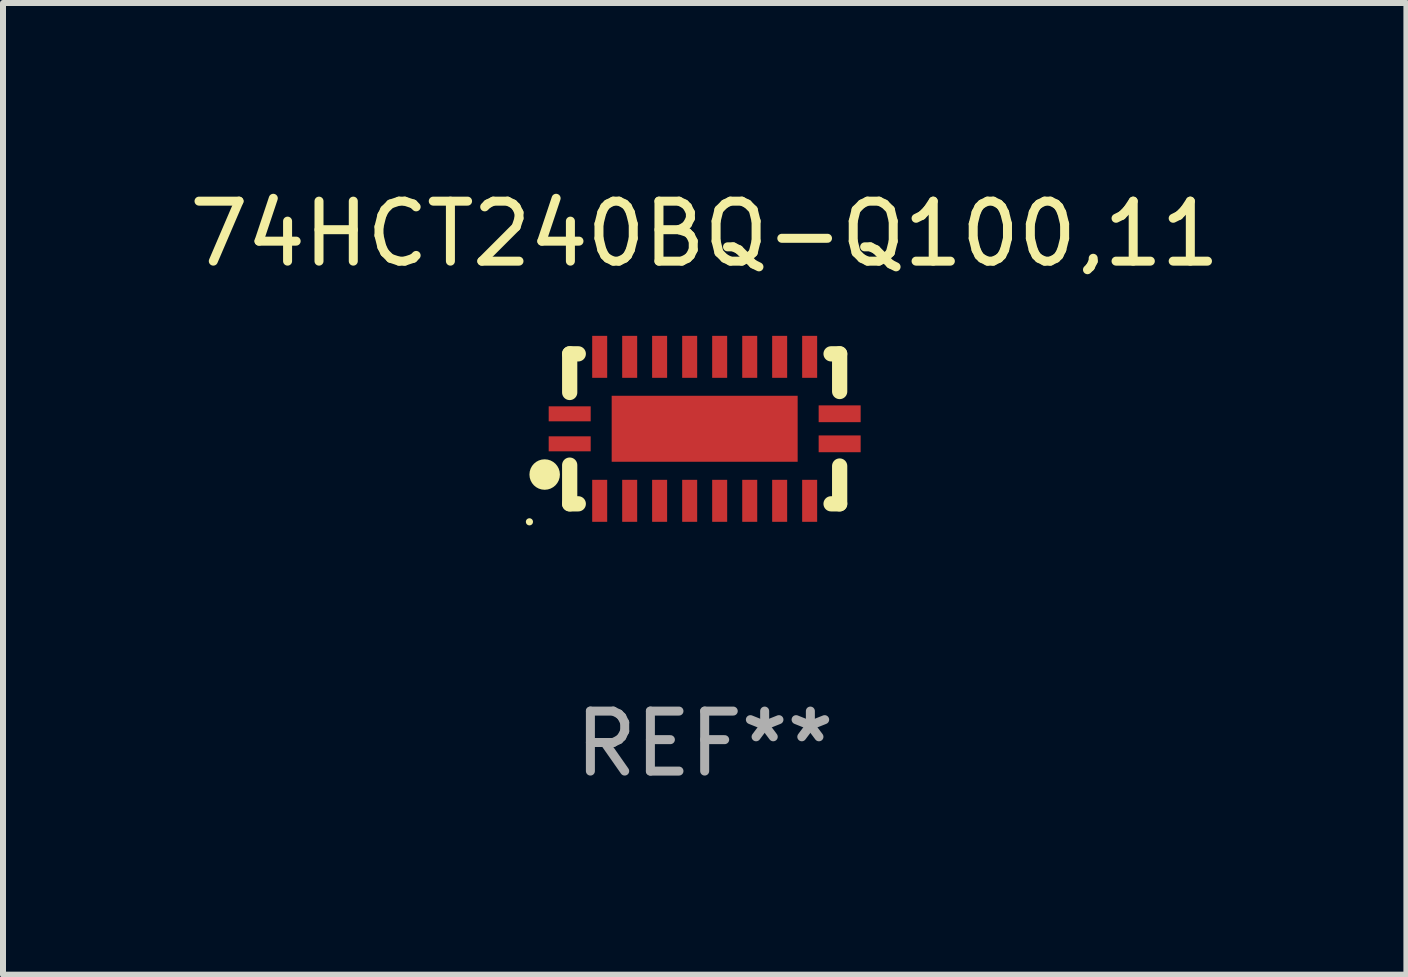
<source format=kicad_pcb>
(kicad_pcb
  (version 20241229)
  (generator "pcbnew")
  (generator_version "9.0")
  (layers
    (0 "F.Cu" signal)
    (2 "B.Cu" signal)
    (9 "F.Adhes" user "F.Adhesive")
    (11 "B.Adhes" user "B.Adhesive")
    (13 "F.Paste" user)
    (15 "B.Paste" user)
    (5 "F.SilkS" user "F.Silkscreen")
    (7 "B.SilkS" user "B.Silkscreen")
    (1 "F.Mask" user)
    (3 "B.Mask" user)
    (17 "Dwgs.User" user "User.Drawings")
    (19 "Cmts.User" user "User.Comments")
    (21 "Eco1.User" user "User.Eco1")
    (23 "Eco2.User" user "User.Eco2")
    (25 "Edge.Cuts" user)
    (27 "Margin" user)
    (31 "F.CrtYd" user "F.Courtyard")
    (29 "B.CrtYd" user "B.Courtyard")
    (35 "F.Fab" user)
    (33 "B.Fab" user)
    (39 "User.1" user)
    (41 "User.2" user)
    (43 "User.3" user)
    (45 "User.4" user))
  (footprint "74HCT240BQ-Q100,11"
    (layer "F.Cu")
    (at 8.696 4.098)
    (property "Reference" "74HCT240BQ-Q100,11" (at 0 -3.25 0) (layer "F.SilkS") (effects (font (size 1 1) (thickness 0.15))))
    (attr through_hole)
    (fp_line (start -2.25 0.605) (end -2.25 1.25) (stroke (width 0.254) (type solid)) (layer "F.SilkS"))
    (fp_line (start -2.25 1.25) (end -2.107 1.25) (stroke (width 0.254) (type solid)) (layer "F.SilkS"))
    (fp_line (start -2.25 -1.25) (end -2.25 -0.606) (stroke (width 0.254) (type solid)) (layer "F.SilkS"))
    (fp_line (start -2.25 -1.25) (end -2.107 -1.25) (stroke (width 0.254) (type solid)) (layer "F.SilkS"))
    (fp_line (start 2.107 -1.25) (end 2.25 -1.25) (stroke (width 0.254) (type solid)) (layer "F.SilkS"))
    (fp_line (start 2.107 1.25) (end 2.25 1.25) (stroke (width 0.254) (type solid)) (layer "F.SilkS"))
    (fp_line (start 2.25 -1.25) (end 2.25 -0.622) (stroke (width 0.254) (type solid)) (layer "F.SilkS"))
    (fp_line (start 2.25 0.62) (end 2.25 1.25) (stroke (width 0.254) (type solid)) (layer "F.SilkS"))
    (fp_circle (center -2.921 1.55) (end -2.891 1.55) (stroke (width 0.06) (type solid)) (fill no) (layer "F.SilkS"))
    (fp_circle (center -2.667 0.762) (end -2.54 0.762) (stroke (width 0.254) (type solid)) (fill no) (layer "F.SilkS"))
    (fp_text user "REF**" (at 0 5.25 0) (layer "F.Fab") (effects (font (size 1 1) (thickness 0.15))))
    (pad "1" smd rect (at -2.25 0.25 180) (size 0.7 0.25) (layers "F.Cu" "F.Mask" "F.Paste"))
    (pad "2" smd rect (at -1.75 1.2 90) (size 0.7 0.25) (layers "F.Cu" "F.Mask" "F.Paste"))
    (pad "3" smd rect (at -1.25 1.2 90) (size 0.7 0.25) (layers "F.Cu" "F.Mask" "F.Paste"))
    (pad "4" smd rect (at -0.751 1.2 90) (size 0.7 0.25) (layers "F.Cu" "F.Mask" "F.Paste"))
    (pad "5" smd rect (at -0.25 1.2 90) (size 0.7 0.25) (layers "F.Cu" "F.Mask" "F.Paste"))
    (pad "6" smd rect (at 0.25 1.2 90) (size 0.7 0.25) (layers "F.Cu" "F.Mask" "F.Paste"))
    (pad "7" smd rect (at 0.751 1.2 90) (size 0.7 0.25) (layers "F.Cu" "F.Mask" "F.Paste"))
    (pad "8" smd rect (at 1.25 1.2 90) (size 0.7 0.25) (layers "F.Cu" "F.Mask" "F.Paste"))
    (pad "9" smd rect (at 1.75 1.2 90) (size 0.7 0.25) (layers "F.Cu" "F.Mask" "F.Paste"))
    (pad "10" smd rect (at 2.25 0.25 180) (size 0.7 0.28) (layers "F.Cu" "F.Mask" "F.Paste"))
    (pad "11" smd rect (at 2.25 -0.251 180) (size 0.7 0.28) (layers "F.Cu" "F.Mask" "F.Paste"))
    (pad "12" smd rect (at 1.75 -1.2 90) (size 0.7 0.25) (layers "F.Cu" "F.Mask" "F.Paste"))
    (pad "13" smd rect (at 1.25 -1.2 90) (size 0.7 0.25) (layers "F.Cu" "F.Mask" "F.Paste"))
    (pad "14" smd rect (at 0.751 -1.2 90) (size 0.7 0.25) (layers "F.Cu" "F.Mask" "F.Paste"))
    (pad "15" smd rect (at 0.25 -1.2 90) (size 0.7 0.25) (layers "F.Cu" "F.Mask" "F.Paste"))
    (pad "16" smd rect (at -0.25 -1.2 90) (size 0.7 0.25) (layers "F.Cu" "F.Mask" "F.Paste"))
    (pad "17" smd rect (at -0.751 -1.2 90) (size 0.7 0.25) (layers "F.Cu" "F.Mask" "F.Paste"))
    (pad "18" smd rect (at -1.25 -1.2 90) (size 0.7 0.25) (layers "F.Cu" "F.Mask" "F.Paste"))
    (pad "19" smd rect (at -1.75 -1.2 90) (size 0.7 0.25) (layers "F.Cu" "F.Mask" "F.Paste"))
    (pad "20" smd rect (at -2.25 -0.25 180) (size 0.7 0.25) (layers "F.Cu" "F.Mask" "F.Paste"))
    (pad "21" smd rect (at 0 -0.001 180) (size 3.1 1.1) (layers "F.Cu" "F.Mask" "F.Paste")))
  (gr_rect
    (start -3 -3)
    (end 20.393 13.197)
    (stroke (width 0.1) (type default))
    (fill no)
    (layer "Edge.Cuts")))
</source>
